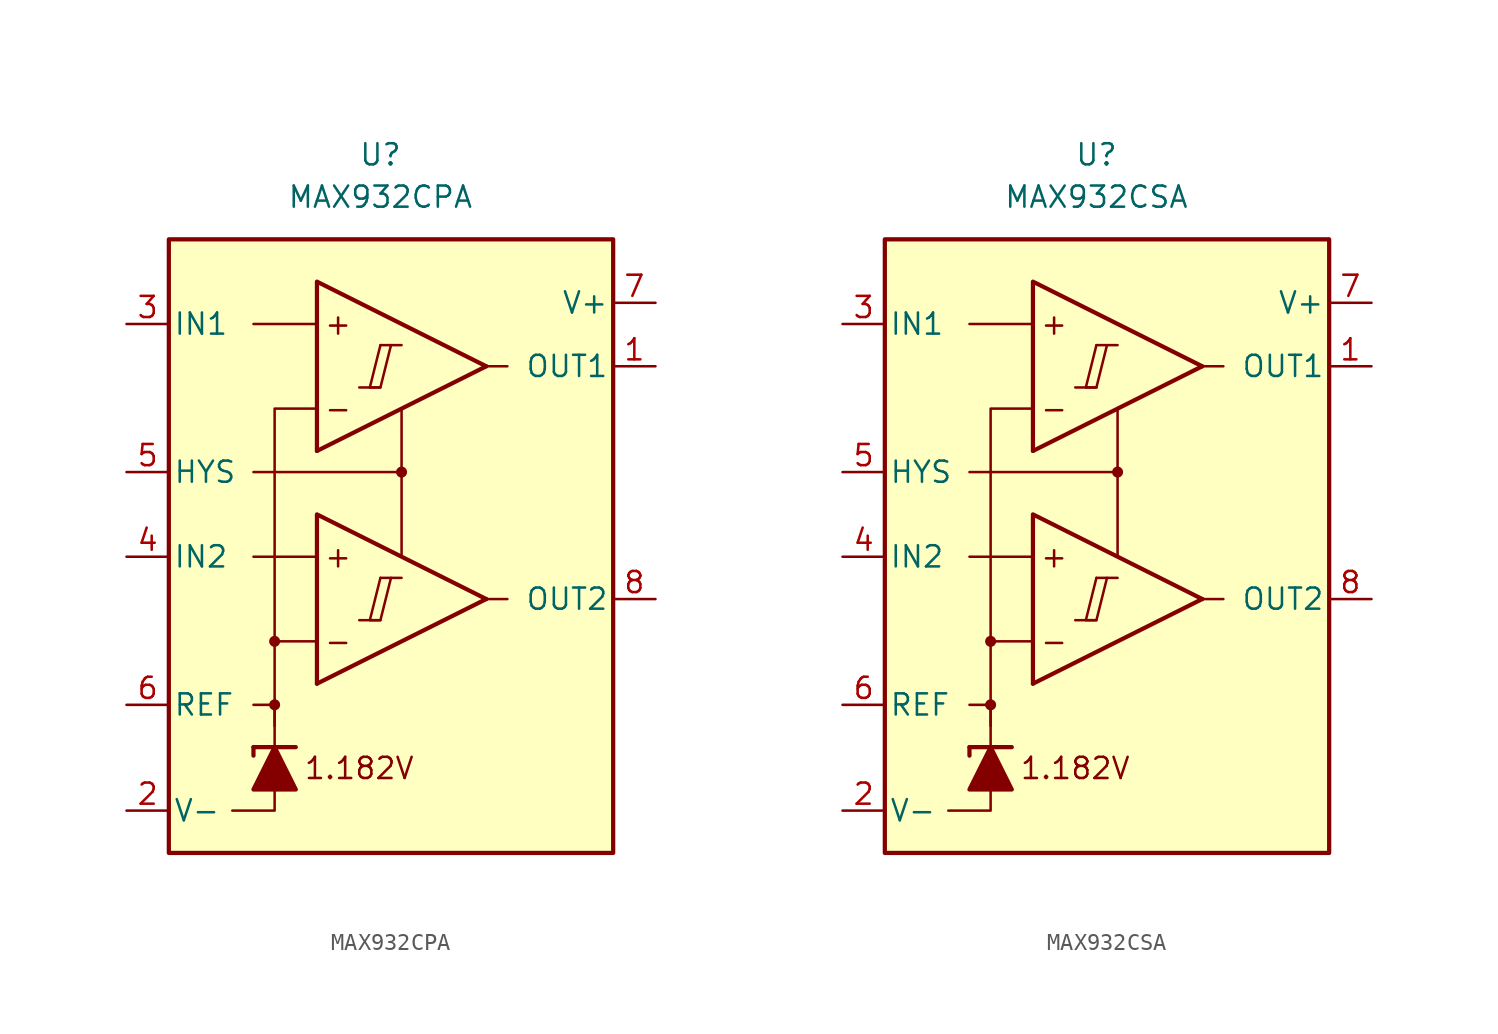
<source format=kicad_sym>
(kicad_symbol_lib
  (version 20211014)
  (generator kicad_symbol_editor)
  (symbol "MAX932CPA"
    (pin_names
      (offset 0.254))
    (property "Reference" "U"
      (at -1.27 22.86 0)
      (effects (font (size 1.27 1.27))))
    (property "Value" "MAX932CPA"
      (at -1.27 20.32 0)
      (effects (font (size 1.27 1.27))))
    (symbol "MAX932CPA_0_0"
      (rectangle (start -13.97 17.78) (end 12.7 -19.05) (stroke (width 0.254) (type default) (color 0 0 0 0)) (fill (type background)))
      (circle (center -7.62 -10.16) (radius 0.254) (stroke (width 0.152) (type default) (color 0 0 0 0)) (fill (type outline)))
      (circle (center -7.62 -6.35) (radius 0.254) (stroke (width 0.152) (type default) (color 0 0 0 0)) (fill (type outline)))
      (polyline (pts (xy -2.54 -5.08) (xy -1.27 -5.08)) (stroke (width 0.152) (type default) (color 0 0 0 0)) (fill (type none)))
      (polyline (pts (xy -2.54 8.89) (xy -1.27 8.89)) (stroke (width 0.152) (type default) (color 0 0 0 0)) (fill (type none)))
      (polyline (pts (xy -1.27 -2.54) (xy 0 -2.54)) (stroke (width 0.152) (type default) (color 0 0 0 0)) (fill (type none)))
      (polyline (pts (xy -1.27 11.43) (xy 0 11.43)) (stroke (width 0.152) (type default) (color 0 0 0 0)) (fill (type none)))
      (polyline (pts (xy 5.08 -3.81) (xy -5.08 -8.89)) (stroke (width 0.254) (type default) (color 0 0 0 0)) (fill (type none)))
      (polyline (pts (xy 5.08 10.16) (xy -5.08 5.08)) (stroke (width 0.254) (type default) (color 0 0 0 0)) (fill (type none)))
      (polyline (pts (xy 5.08 -3.81) (xy -5.08 1.27) (xy -5.08 -8.89)) (stroke (width 0.254) (type default) (color 0 0 0 0)) (fill (type background)))
      (polyline (pts (xy 5.08 10.16) (xy -5.08 15.24) (xy -5.08 5.08)) (stroke (width 0.254) (type default) (color 0 0 0 0)) (fill (type background)))
      (polyline (pts (xy -1.27 -2.54) (xy -1.905 -5.08) (xy -1.27 -5.08) (xy -0.635 -2.54)) (stroke (width 0.152) (type default) (color 0 0 0 0)) (fill (type none)))
      (polyline (pts (xy -1.27 11.43) (xy -1.905 8.89) (xy -1.27 8.89) (xy -0.635 11.43)) (stroke (width 0.152) (type default) (color 0 0 0 0)) (fill (type none)))
      (circle (center 0 3.81) (radius 0.254) (stroke (width 0.152) (type default) (color 0 0 0 0)) (fill (type outline)))
      (text "+" (at -3.81 -1.27 0) (effects (font (size 1.27 1.27))))
      (text "+" (at -3.81 12.7 0) (effects (font (size 1.27 1.27))))
      (text "-" (at -3.81 -6.35 0) (effects (font (size 1.27 1.27))))
      (text "-" (at -3.81 7.62 0) (effects (font (size 1.27 1.27))))
      (text "1.182V" (at -2.54 -13.97 0) (effects (font (size 1.27 1.27)))))
    (symbol "MAX932CPA_0_1"
      (polyline (pts (xy -8.89 -12.7) (xy -8.89 -13.208)) (stroke (width 0.254) (type default) (color 0 0 0 0)) (fill (type none)))
      (polyline (pts (xy -8.89 -12.7) (xy -6.35 -12.7)) (stroke (width 0.254) (type default) (color 0 0 0 0)) (fill (type none)))
      (polyline (pts (xy -5.08 -1.27) (xy -8.89 -1.27)) (stroke (width 0) (type default) (color 0 0 0 0)) (fill (type none)))
      (polyline (pts (xy -5.08 12.7) (xy -8.89 12.7)) (stroke (width 0) (type default) (color 0 0 0 0)) (fill (type none)))
      (polyline (pts (xy 0 3.81) (xy 0 -1.27)) (stroke (width 0) (type default) (color 0 0 0 0)) (fill (type none)))
      (polyline (pts (xy 5.08 -3.81) (xy 6.35 -3.81)) (stroke (width 0) (type default) (color 0 0 0 0)) (fill (type none)))
      (polyline (pts (xy 5.08 10.16) (xy 6.35 10.16)) (stroke (width 0) (type default) (color 0 0 0 0)) (fill (type none)))
      (polyline (pts (xy -7.62 -15.24) (xy -7.62 -16.51) (xy -10.16 -16.51)) (stroke (width 0) (type default) (color 0 0 0 0)) (fill (type none)))
      (polyline (pts (xy -7.62 -12.7) (xy -7.62 -10.16) (xy -8.89 -10.16)) (stroke (width 0) (type default) (color 0 0 0 0)) (fill (type none)))
      (polyline (pts (xy -7.62 -11.43) (xy -7.62 -6.35) (xy -5.08 -6.35)) (stroke (width 0) (type default) (color 0 0 0 0)) (fill (type none)))
      (polyline (pts (xy -7.62 -6.35) (xy -7.62 7.62) (xy -5.08 7.62)) (stroke (width 0) (type default) (color 0 0 0 0)) (fill (type none)))
      (polyline (pts (xy 0 7.62) (xy 0 3.81) (xy -8.89 3.81)) (stroke (width 0) (type default) (color 0 0 0 0)) (fill (type none)))
      (polyline (pts (xy -6.35 -15.24) (xy -8.89 -15.24) (xy -7.62 -12.7) (xy -6.35 -15.24)) (stroke (width 0.254) (type default) (color 0 0 0 0)) (fill (type outline))))
    (symbol "MAX932CPA_1_1"
      (pin output line (at 15.24 10.16 180) (length 2.54) (name "OUT1" (effects (font (size 1.27 1.27)))) (number "1" (effects (font (size 1.27 1.27)))))
      (pin power_in line (at -16.51 -16.51 0) (length 2.54) (name "V-" (effects (font (size 1.27 1.27)))) (number "2" (effects (font (size 1.27 1.27)))))
      (pin input line (at -16.51 12.7 0) (length 2.54) (name "IN1" (effects (font (size 1.27 1.27)))) (number "3" (effects (font (size 1.27 1.27)))))
      (pin input line (at -16.51 -1.27 0) (length 2.54) (name "IN2" (effects (font (size 1.27 1.27)))) (number "4" (effects (font (size 1.27 1.27)))))
      (pin input line (at -16.51 3.81 0) (length 2.54) (name "HYS" (effects (font (size 1.27 1.27)))) (number "5" (effects (font (size 1.27 1.27)))))
      (pin output line (at -16.51 -10.16 0) (length 2.54) (name "REF" (effects (font (size 1.27 1.27)))) (number "6" (effects (font (size 1.27 1.27)))))
      (pin power_in line (at 15.24 13.97 180) (length 2.54) (name "V+" (effects (font (size 1.27 1.27)))) (number "7" (effects (font (size 1.27 1.27)))))
      (pin output line (at 15.24 -3.81 180) (length 2.54) (name "OUT2" (effects (font (size 1.27 1.27)))) (number "8" (effects (font (size 1.27 1.27)))))))
  (symbol "MAX932CSA"
    (pin_names
      (offset 0.254))
    (property "Reference" "U"
      (at -1.27 22.86 0)
      (effects (font (size 1.27 1.27))))
    (property "Value" "MAX932CSA"
      (at -1.27 20.32 0)
      (effects (font (size 1.27 1.27))))
    (symbol "MAX932CSA_0_0"
      (rectangle (start -13.97 17.78) (end 12.7 -19.05) (stroke (width 0.254) (type default) (color 0 0 0 0)) (fill (type background)))
      (circle (center -7.62 -10.16) (radius 0.254) (stroke (width 0.152) (type default) (color 0 0 0 0)) (fill (type outline)))
      (circle (center -7.62 -6.35) (radius 0.254) (stroke (width 0.152) (type default) (color 0 0 0 0)) (fill (type outline)))
      (polyline (pts (xy -2.54 -5.08) (xy -1.27 -5.08)) (stroke (width 0.152) (type default) (color 0 0 0 0)) (fill (type none)))
      (polyline (pts (xy -2.54 8.89) (xy -1.27 8.89)) (stroke (width 0.152) (type default) (color 0 0 0 0)) (fill (type none)))
      (polyline (pts (xy -1.27 -2.54) (xy 0 -2.54)) (stroke (width 0.152) (type default) (color 0 0 0 0)) (fill (type none)))
      (polyline (pts (xy -1.27 11.43) (xy 0 11.43)) (stroke (width 0.152) (type default) (color 0 0 0 0)) (fill (type none)))
      (polyline (pts (xy 5.08 -3.81) (xy -5.08 -8.89)) (stroke (width 0.254) (type default) (color 0 0 0 0)) (fill (type none)))
      (polyline (pts (xy 5.08 10.16) (xy -5.08 5.08)) (stroke (width 0.254) (type default) (color 0 0 0 0)) (fill (type none)))
      (polyline (pts (xy 5.08 -3.81) (xy -5.08 1.27) (xy -5.08 -8.89)) (stroke (width 0.254) (type default) (color 0 0 0 0)) (fill (type background)))
      (polyline (pts (xy 5.08 10.16) (xy -5.08 15.24) (xy -5.08 5.08)) (stroke (width 0.254) (type default) (color 0 0 0 0)) (fill (type background)))
      (polyline (pts (xy -1.27 -2.54) (xy -1.905 -5.08) (xy -1.27 -5.08) (xy -0.635 -2.54)) (stroke (width 0.152) (type default) (color 0 0 0 0)) (fill (type none)))
      (polyline (pts (xy -1.27 11.43) (xy -1.905 8.89) (xy -1.27 8.89) (xy -0.635 11.43)) (stroke (width 0.152) (type default) (color 0 0 0 0)) (fill (type none)))
      (circle (center 0 3.81) (radius 0.254) (stroke (width 0.152) (type default) (color 0 0 0 0)) (fill (type outline)))
      (text "+" (at -3.81 -1.27 0) (effects (font (size 1.27 1.27))))
      (text "+" (at -3.81 12.7 0) (effects (font (size 1.27 1.27))))
      (text "-" (at -3.81 -6.35 0) (effects (font (size 1.27 1.27))))
      (text "-" (at -3.81 7.62 0) (effects (font (size 1.27 1.27))))
      (text "1.182V" (at -2.54 -13.97 0) (effects (font (size 1.27 1.27)))))
    (symbol "MAX932CSA_0_1"
      (polyline (pts (xy -8.89 -12.7) (xy -8.89 -13.208)) (stroke (width 0.254) (type default) (color 0 0 0 0)) (fill (type none)))
      (polyline (pts (xy -8.89 -12.7) (xy -6.35 -12.7)) (stroke (width 0.254) (type default) (color 0 0 0 0)) (fill (type none)))
      (polyline (pts (xy -5.08 -1.27) (xy -8.89 -1.27)) (stroke (width 0) (type default) (color 0 0 0 0)) (fill (type none)))
      (polyline (pts (xy -5.08 12.7) (xy -8.89 12.7)) (stroke (width 0) (type default) (color 0 0 0 0)) (fill (type none)))
      (polyline (pts (xy 0 3.81) (xy 0 -1.27)) (stroke (width 0) (type default) (color 0 0 0 0)) (fill (type none)))
      (polyline (pts (xy 5.08 -3.81) (xy 6.35 -3.81)) (stroke (width 0) (type default) (color 0 0 0 0)) (fill (type none)))
      (polyline (pts (xy 5.08 10.16) (xy 6.35 10.16)) (stroke (width 0) (type default) (color 0 0 0 0)) (fill (type none)))
      (polyline (pts (xy -7.62 -15.24) (xy -7.62 -16.51) (xy -10.16 -16.51)) (stroke (width 0) (type default) (color 0 0 0 0)) (fill (type none)))
      (polyline (pts (xy -7.62 -12.7) (xy -7.62 -10.16) (xy -8.89 -10.16)) (stroke (width 0) (type default) (color 0 0 0 0)) (fill (type none)))
      (polyline (pts (xy -7.62 -11.43) (xy -7.62 -6.35) (xy -5.08 -6.35)) (stroke (width 0) (type default) (color 0 0 0 0)) (fill (type none)))
      (polyline (pts (xy -7.62 -6.35) (xy -7.62 7.62) (xy -5.08 7.62)) (stroke (width 0) (type default) (color 0 0 0 0)) (fill (type none)))
      (polyline (pts (xy 0 7.62) (xy 0 3.81) (xy -8.89 3.81)) (stroke (width 0) (type default) (color 0 0 0 0)) (fill (type none)))
      (polyline (pts (xy -6.35 -15.24) (xy -8.89 -15.24) (xy -7.62 -12.7) (xy -6.35 -15.24)) (stroke (width 0.254) (type default) (color 0 0 0 0)) (fill (type outline))))
    (symbol "MAX932CSA_1_1"
      (pin output line (at 15.24 10.16 180) (length 2.54) (name "OUT1" (effects (font (size 1.27 1.27)))) (number "1" (effects (font (size 1.27 1.27)))))
      (pin power_in line (at -16.51 -16.51 0) (length 2.54) (name "V-" (effects (font (size 1.27 1.27)))) (number "2" (effects (font (size 1.27 1.27)))))
      (pin input line (at -16.51 12.7 0) (length 2.54) (name "IN1" (effects (font (size 1.27 1.27)))) (number "3" (effects (font (size 1.27 1.27)))))
      (pin input line (at -16.51 -1.27 0) (length 2.54) (name "IN2" (effects (font (size 1.27 1.27)))) (number "4" (effects (font (size 1.27 1.27)))))
      (pin input line (at -16.51 3.81 0) (length 2.54) (name "HYS" (effects (font (size 1.27 1.27)))) (number "5" (effects (font (size 1.27 1.27)))))
      (pin output line (at -16.51 -10.16 0) (length 2.54) (name "REF" (effects (font (size 1.27 1.27)))) (number "6" (effects (font (size 1.27 1.27)))))
      (pin power_in line (at 15.24 13.97 180) (length 2.54) (name "V+" (effects (font (size 1.27 1.27)))) (number "7" (effects (font (size 1.27 1.27)))))
      (pin output line (at 15.24 -3.81 180) (length 2.54) (name "OUT2" (effects (font (size 1.27 1.27)))) (number "8" (effects (font (size 1.27 1.27))))))))
</source>
